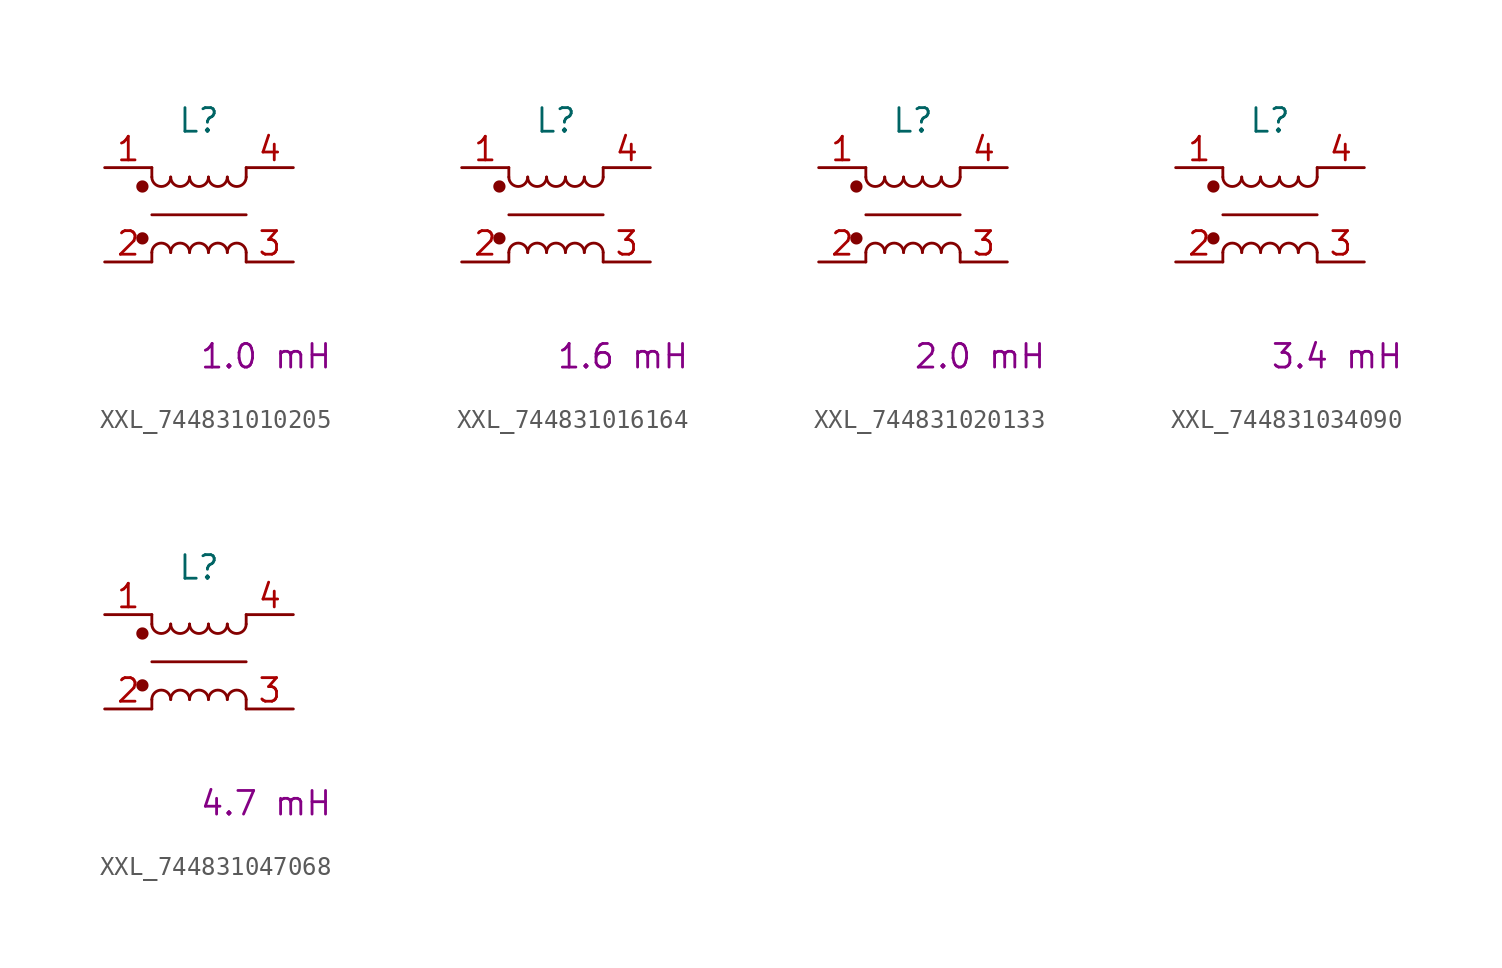
<source format=kicad_sym>
(kicad_symbol_lib
  (version 20220914)
  (generator kicad_symbol_editor)
  (symbol "XXL_744831010205"
    (pin_names hide)
    (property "Reference" "L"
      (at 0 5.08 0)
      (effects (font (size 1.27 1.27))))
    (property "Critical Parameter" "1.0 mH"
      (at 0 -7.62 0)
      (effects (font (size 1.27 1.27)) (justify left)))
    (symbol "XXL_744831010205_0_1"
      (circle (center -3.048 -1.27) (radius 0.254) (stroke (width 0) (type default)) (fill (type outline)))
      (circle (center -3.048 1.524) (radius 0.254) (stroke (width 0) (type default)) (fill (type outline)))
      (arc (start -2.54 2.032) (mid -2.032 1.5262) (end -1.524 2.032) (stroke (width 0) (type default)) (fill (type none)))
      (arc (start -1.524 -2.032) (mid -2.032 -1.5262) (end -2.54 -2.032) (stroke (width 0) (type default)) (fill (type none)))
      (arc (start -1.524 2.032) (mid -1.016 1.5262) (end -0.508 2.032) (stroke (width 0) (type default)) (fill (type none)))
      (arc (start -0.508 -2.032) (mid -1.016 -1.5262) (end -1.524 -2.032) (stroke (width 0) (type default)) (fill (type none)))
      (arc (start -0.508 2.032) (mid 0 1.5262) (end 0.508 2.032) (stroke (width 0) (type default)) (fill (type none)))
      (polyline (pts (xy -2.54 -2.032) (xy -2.54 -2.54)) (stroke (width 0) (type default)) (fill (type none)))
      (polyline (pts (xy -2.54 2.032) (xy -2.54 2.54)) (stroke (width 0) (type default)) (fill (type none)))
      (polyline (pts (xy 2.54 -2.032) (xy 2.54 -2.54)) (stroke (width 0) (type default)) (fill (type none)))
      (polyline (pts (xy 2.54 0) (xy -2.54 0)) (stroke (width 0) (type default)) (fill (type none)))
      (polyline (pts (xy 2.54 2.54) (xy 2.54 2.032)) (stroke (width 0) (type default)) (fill (type none)))
      (arc (start 0.508 -2.032) (mid 0 -1.5262) (end -0.508 -2.032) (stroke (width 0) (type default)) (fill (type none)))
      (arc (start 0.508 2.032) (mid 1.016 1.5262) (end 1.524 2.032) (stroke (width 0) (type default)) (fill (type none)))
      (arc (start 1.524 -2.032) (mid 1.016 -1.5262) (end 0.508 -2.032) (stroke (width 0) (type default)) (fill (type none)))
      (arc (start 1.524 2.032) (mid 2.032 1.5262) (end 2.54 2.032) (stroke (width 0) (type default)) (fill (type none)))
      (arc (start 2.54 -2.032) (mid 2.032 -1.5262) (end 1.524 -2.032) (stroke (width 0) (type default)) (fill (type none))))
    (symbol "XXL_744831010205_1_1"
      (pin passive line (at -5.08 2.54 0) (length 2.54) (name "1" (effects (font (size 1.27 1.27)))) (number "1" (effects (font (size 1.27 1.27)))))
      (pin passive line (at -5.08 -2.54 0) (length 2.54) (name "2" (effects (font (size 1.27 1.27)))) (number "2" (effects (font (size 1.27 1.27)))))
      (pin passive line (at 5.08 -2.54 180) (length 2.54) (name "3" (effects (font (size 1.27 1.27)))) (number "3" (effects (font (size 1.27 1.27)))))
      (pin passive line (at 5.08 2.54 180) (length 2.54) (name "4" (effects (font (size 1.27 1.27)))) (number "4" (effects (font (size 1.27 1.27)))))))
  (symbol "XXL_744831016164"
    (pin_names hide)
    (property "Reference" "L"
      (at 0 5.08 0)
      (effects (font (size 1.27 1.27))))
    (property "Critical Parameter" "1.6 mH"
      (at 0 -7.62 0)
      (effects (font (size 1.27 1.27)) (justify left)))
    (symbol "XXL_744831016164_0_1"
      (circle (center -3.048 -1.27) (radius 0.254) (stroke (width 0) (type default)) (fill (type outline)))
      (circle (center -3.048 1.524) (radius 0.254) (stroke (width 0) (type default)) (fill (type outline)))
      (arc (start -2.54 2.032) (mid -2.032 1.5262) (end -1.524 2.032) (stroke (width 0) (type default)) (fill (type none)))
      (arc (start -1.524 -2.032) (mid -2.032 -1.5262) (end -2.54 -2.032) (stroke (width 0) (type default)) (fill (type none)))
      (arc (start -1.524 2.032) (mid -1.016 1.5262) (end -0.508 2.032) (stroke (width 0) (type default)) (fill (type none)))
      (arc (start -0.508 -2.032) (mid -1.016 -1.5262) (end -1.524 -2.032) (stroke (width 0) (type default)) (fill (type none)))
      (arc (start -0.508 2.032) (mid 0 1.5262) (end 0.508 2.032) (stroke (width 0) (type default)) (fill (type none)))
      (polyline (pts (xy -2.54 -2.032) (xy -2.54 -2.54)) (stroke (width 0) (type default)) (fill (type none)))
      (polyline (pts (xy -2.54 2.032) (xy -2.54 2.54)) (stroke (width 0) (type default)) (fill (type none)))
      (polyline (pts (xy 2.54 -2.032) (xy 2.54 -2.54)) (stroke (width 0) (type default)) (fill (type none)))
      (polyline (pts (xy 2.54 0) (xy -2.54 0)) (stroke (width 0) (type default)) (fill (type none)))
      (polyline (pts (xy 2.54 2.54) (xy 2.54 2.032)) (stroke (width 0) (type default)) (fill (type none)))
      (arc (start 0.508 -2.032) (mid 0 -1.5262) (end -0.508 -2.032) (stroke (width 0) (type default)) (fill (type none)))
      (arc (start 0.508 2.032) (mid 1.016 1.5262) (end 1.524 2.032) (stroke (width 0) (type default)) (fill (type none)))
      (arc (start 1.524 -2.032) (mid 1.016 -1.5262) (end 0.508 -2.032) (stroke (width 0) (type default)) (fill (type none)))
      (arc (start 1.524 2.032) (mid 2.032 1.5262) (end 2.54 2.032) (stroke (width 0) (type default)) (fill (type none)))
      (arc (start 2.54 -2.032) (mid 2.032 -1.5262) (end 1.524 -2.032) (stroke (width 0) (type default)) (fill (type none))))
    (symbol "XXL_744831016164_1_1"
      (pin passive line (at -5.08 2.54 0) (length 2.54) (name "1" (effects (font (size 1.27 1.27)))) (number "1" (effects (font (size 1.27 1.27)))))
      (pin passive line (at -5.08 -2.54 0) (length 2.54) (name "2" (effects (font (size 1.27 1.27)))) (number "2" (effects (font (size 1.27 1.27)))))
      (pin passive line (at 5.08 -2.54 180) (length 2.54) (name "3" (effects (font (size 1.27 1.27)))) (number "3" (effects (font (size 1.27 1.27)))))
      (pin passive line (at 5.08 2.54 180) (length 2.54) (name "4" (effects (font (size 1.27 1.27)))) (number "4" (effects (font (size 1.27 1.27)))))))
  (symbol "XXL_744831020133"
    (pin_names hide)
    (property "Reference" "L"
      (at 0 5.08 0)
      (effects (font (size 1.27 1.27))))
    (property "Critical Parameter" "2.0 mH"
      (at 0 -7.62 0)
      (effects (font (size 1.27 1.27)) (justify left)))
    (symbol "XXL_744831020133_0_1"
      (circle (center -3.048 -1.27) (radius 0.254) (stroke (width 0) (type default)) (fill (type outline)))
      (circle (center -3.048 1.524) (radius 0.254) (stroke (width 0) (type default)) (fill (type outline)))
      (arc (start -2.54 2.032) (mid -2.032 1.5262) (end -1.524 2.032) (stroke (width 0) (type default)) (fill (type none)))
      (arc (start -1.524 -2.032) (mid -2.032 -1.5262) (end -2.54 -2.032) (stroke (width 0) (type default)) (fill (type none)))
      (arc (start -1.524 2.032) (mid -1.016 1.5262) (end -0.508 2.032) (stroke (width 0) (type default)) (fill (type none)))
      (arc (start -0.508 -2.032) (mid -1.016 -1.5262) (end -1.524 -2.032) (stroke (width 0) (type default)) (fill (type none)))
      (arc (start -0.508 2.032) (mid 0 1.5262) (end 0.508 2.032) (stroke (width 0) (type default)) (fill (type none)))
      (polyline (pts (xy -2.54 -2.032) (xy -2.54 -2.54)) (stroke (width 0) (type default)) (fill (type none)))
      (polyline (pts (xy -2.54 2.032) (xy -2.54 2.54)) (stroke (width 0) (type default)) (fill (type none)))
      (polyline (pts (xy 2.54 -2.032) (xy 2.54 -2.54)) (stroke (width 0) (type default)) (fill (type none)))
      (polyline (pts (xy 2.54 0) (xy -2.54 0)) (stroke (width 0) (type default)) (fill (type none)))
      (polyline (pts (xy 2.54 2.54) (xy 2.54 2.032)) (stroke (width 0) (type default)) (fill (type none)))
      (arc (start 0.508 -2.032) (mid 0 -1.5262) (end -0.508 -2.032) (stroke (width 0) (type default)) (fill (type none)))
      (arc (start 0.508 2.032) (mid 1.016 1.5262) (end 1.524 2.032) (stroke (width 0) (type default)) (fill (type none)))
      (arc (start 1.524 -2.032) (mid 1.016 -1.5262) (end 0.508 -2.032) (stroke (width 0) (type default)) (fill (type none)))
      (arc (start 1.524 2.032) (mid 2.032 1.5262) (end 2.54 2.032) (stroke (width 0) (type default)) (fill (type none)))
      (arc (start 2.54 -2.032) (mid 2.032 -1.5262) (end 1.524 -2.032) (stroke (width 0) (type default)) (fill (type none))))
    (symbol "XXL_744831020133_1_1"
      (pin passive line (at -5.08 2.54 0) (length 2.54) (name "1" (effects (font (size 1.27 1.27)))) (number "1" (effects (font (size 1.27 1.27)))))
      (pin passive line (at -5.08 -2.54 0) (length 2.54) (name "2" (effects (font (size 1.27 1.27)))) (number "2" (effects (font (size 1.27 1.27)))))
      (pin passive line (at 5.08 -2.54 180) (length 2.54) (name "3" (effects (font (size 1.27 1.27)))) (number "3" (effects (font (size 1.27 1.27)))))
      (pin passive line (at 5.08 2.54 180) (length 2.54) (name "4" (effects (font (size 1.27 1.27)))) (number "4" (effects (font (size 1.27 1.27)))))))
  (symbol "XXL_744831034090"
    (pin_names hide)
    (property "Reference" "L"
      (at 0 5.08 0)
      (effects (font (size 1.27 1.27))))
    (property "Critical Parameter" "3.4 mH"
      (at 0 -7.62 0)
      (effects (font (size 1.27 1.27)) (justify left)))
    (symbol "XXL_744831034090_0_1"
      (circle (center -3.048 -1.27) (radius 0.254) (stroke (width 0) (type default)) (fill (type outline)))
      (circle (center -3.048 1.524) (radius 0.254) (stroke (width 0) (type default)) (fill (type outline)))
      (arc (start -2.54 2.032) (mid -2.032 1.5262) (end -1.524 2.032) (stroke (width 0) (type default)) (fill (type none)))
      (arc (start -1.524 -2.032) (mid -2.032 -1.5262) (end -2.54 -2.032) (stroke (width 0) (type default)) (fill (type none)))
      (arc (start -1.524 2.032) (mid -1.016 1.5262) (end -0.508 2.032) (stroke (width 0) (type default)) (fill (type none)))
      (arc (start -0.508 -2.032) (mid -1.016 -1.5262) (end -1.524 -2.032) (stroke (width 0) (type default)) (fill (type none)))
      (arc (start -0.508 2.032) (mid 0 1.5262) (end 0.508 2.032) (stroke (width 0) (type default)) (fill (type none)))
      (polyline (pts (xy -2.54 -2.032) (xy -2.54 -2.54)) (stroke (width 0) (type default)) (fill (type none)))
      (polyline (pts (xy -2.54 2.032) (xy -2.54 2.54)) (stroke (width 0) (type default)) (fill (type none)))
      (polyline (pts (xy 2.54 -2.032) (xy 2.54 -2.54)) (stroke (width 0) (type default)) (fill (type none)))
      (polyline (pts (xy 2.54 0) (xy -2.54 0)) (stroke (width 0) (type default)) (fill (type none)))
      (polyline (pts (xy 2.54 2.54) (xy 2.54 2.032)) (stroke (width 0) (type default)) (fill (type none)))
      (arc (start 0.508 -2.032) (mid 0 -1.5262) (end -0.508 -2.032) (stroke (width 0) (type default)) (fill (type none)))
      (arc (start 0.508 2.032) (mid 1.016 1.5262) (end 1.524 2.032) (stroke (width 0) (type default)) (fill (type none)))
      (arc (start 1.524 -2.032) (mid 1.016 -1.5262) (end 0.508 -2.032) (stroke (width 0) (type default)) (fill (type none)))
      (arc (start 1.524 2.032) (mid 2.032 1.5262) (end 2.54 2.032) (stroke (width 0) (type default)) (fill (type none)))
      (arc (start 2.54 -2.032) (mid 2.032 -1.5262) (end 1.524 -2.032) (stroke (width 0) (type default)) (fill (type none))))
    (symbol "XXL_744831034090_1_1"
      (pin passive line (at -5.08 2.54 0) (length 2.54) (name "1" (effects (font (size 1.27 1.27)))) (number "1" (effects (font (size 1.27 1.27)))))
      (pin passive line (at -5.08 -2.54 0) (length 2.54) (name "2" (effects (font (size 1.27 1.27)))) (number "2" (effects (font (size 1.27 1.27)))))
      (pin passive line (at 5.08 -2.54 180) (length 2.54) (name "3" (effects (font (size 1.27 1.27)))) (number "3" (effects (font (size 1.27 1.27)))))
      (pin passive line (at 5.08 2.54 180) (length 2.54) (name "4" (effects (font (size 1.27 1.27)))) (number "4" (effects (font (size 1.27 1.27)))))))
  (symbol "XXL_744831047068"
    (pin_names hide)
    (property "Reference" "L"
      (at 0 5.08 0)
      (effects (font (size 1.27 1.27))))
    (property "Critical Parameter" "4.7 mH"
      (at 0 -7.62 0)
      (effects (font (size 1.27 1.27)) (justify left)))
    (symbol "XXL_744831047068_0_1"
      (circle (center -3.048 -1.27) (radius 0.254) (stroke (width 0) (type default)) (fill (type outline)))
      (circle (center -3.048 1.524) (radius 0.254) (stroke (width 0) (type default)) (fill (type outline)))
      (arc (start -2.54 2.032) (mid -2.032 1.5262) (end -1.524 2.032) (stroke (width 0) (type default)) (fill (type none)))
      (arc (start -1.524 -2.032) (mid -2.032 -1.5262) (end -2.54 -2.032) (stroke (width 0) (type default)) (fill (type none)))
      (arc (start -1.524 2.032) (mid -1.016 1.5262) (end -0.508 2.032) (stroke (width 0) (type default)) (fill (type none)))
      (arc (start -0.508 -2.032) (mid -1.016 -1.5262) (end -1.524 -2.032) (stroke (width 0) (type default)) (fill (type none)))
      (arc (start -0.508 2.032) (mid 0 1.5262) (end 0.508 2.032) (stroke (width 0) (type default)) (fill (type none)))
      (polyline (pts (xy -2.54 -2.032) (xy -2.54 -2.54)) (stroke (width 0) (type default)) (fill (type none)))
      (polyline (pts (xy -2.54 2.032) (xy -2.54 2.54)) (stroke (width 0) (type default)) (fill (type none)))
      (polyline (pts (xy 2.54 -2.032) (xy 2.54 -2.54)) (stroke (width 0) (type default)) (fill (type none)))
      (polyline (pts (xy 2.54 0) (xy -2.54 0)) (stroke (width 0) (type default)) (fill (type none)))
      (polyline (pts (xy 2.54 2.54) (xy 2.54 2.032)) (stroke (width 0) (type default)) (fill (type none)))
      (arc (start 0.508 -2.032) (mid 0 -1.5262) (end -0.508 -2.032) (stroke (width 0) (type default)) (fill (type none)))
      (arc (start 0.508 2.032) (mid 1.016 1.5262) (end 1.524 2.032) (stroke (width 0) (type default)) (fill (type none)))
      (arc (start 1.524 -2.032) (mid 1.016 -1.5262) (end 0.508 -2.032) (stroke (width 0) (type default)) (fill (type none)))
      (arc (start 1.524 2.032) (mid 2.032 1.5262) (end 2.54 2.032) (stroke (width 0) (type default)) (fill (type none)))
      (arc (start 2.54 -2.032) (mid 2.032 -1.5262) (end 1.524 -2.032) (stroke (width 0) (type default)) (fill (type none))))
    (symbol "XXL_744831047068_1_1"
      (pin passive line (at -5.08 2.54 0) (length 2.54) (name "1" (effects (font (size 1.27 1.27)))) (number "1" (effects (font (size 1.27 1.27)))))
      (pin passive line (at -5.08 -2.54 0) (length 2.54) (name "2" (effects (font (size 1.27 1.27)))) (number "2" (effects (font (size 1.27 1.27)))))
      (pin passive line (at 5.08 -2.54 180) (length 2.54) (name "3" (effects (font (size 1.27 1.27)))) (number "3" (effects (font (size 1.27 1.27)))))
      (pin passive line (at 5.08 2.54 180) (length 2.54) (name "4" (effects (font (size 1.27 1.27)))) (number "4" (effects (font (size 1.27 1.27))))))))
</source>
